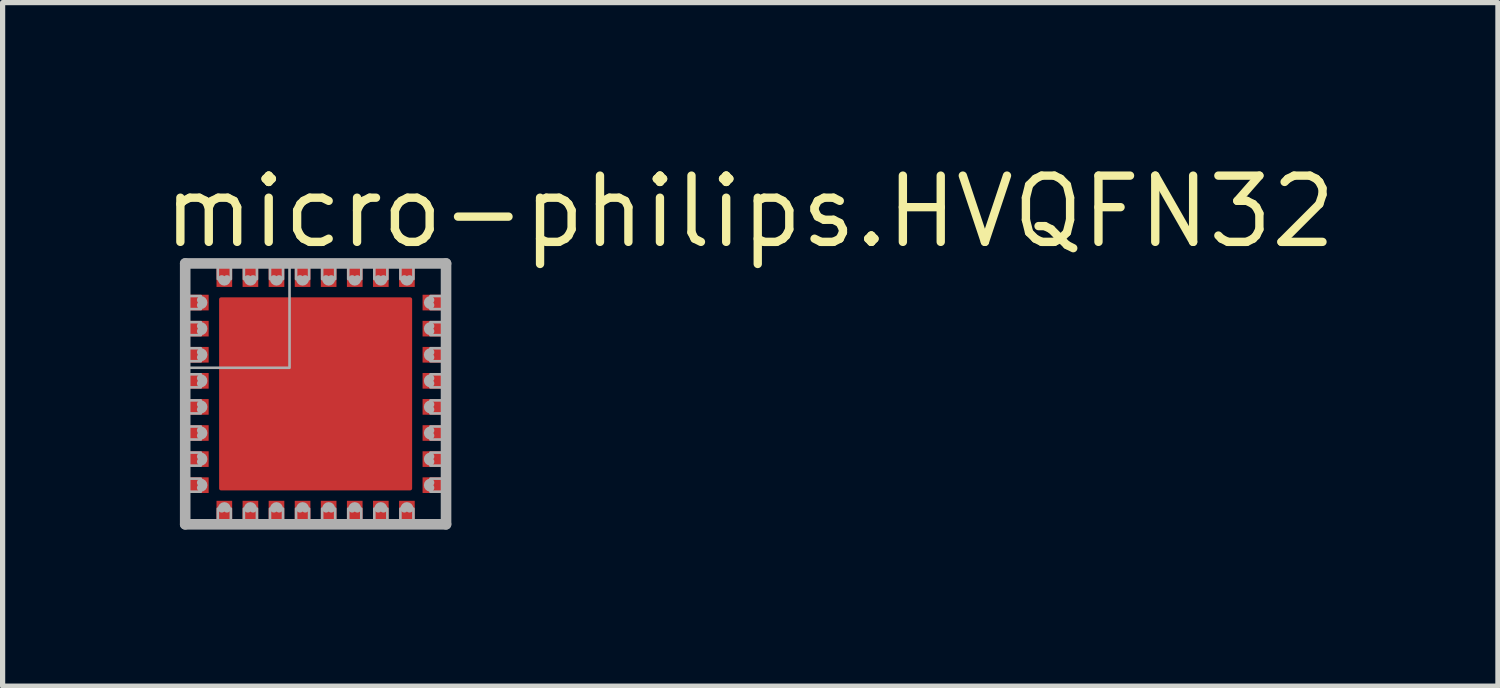
<source format=kicad_pcb>
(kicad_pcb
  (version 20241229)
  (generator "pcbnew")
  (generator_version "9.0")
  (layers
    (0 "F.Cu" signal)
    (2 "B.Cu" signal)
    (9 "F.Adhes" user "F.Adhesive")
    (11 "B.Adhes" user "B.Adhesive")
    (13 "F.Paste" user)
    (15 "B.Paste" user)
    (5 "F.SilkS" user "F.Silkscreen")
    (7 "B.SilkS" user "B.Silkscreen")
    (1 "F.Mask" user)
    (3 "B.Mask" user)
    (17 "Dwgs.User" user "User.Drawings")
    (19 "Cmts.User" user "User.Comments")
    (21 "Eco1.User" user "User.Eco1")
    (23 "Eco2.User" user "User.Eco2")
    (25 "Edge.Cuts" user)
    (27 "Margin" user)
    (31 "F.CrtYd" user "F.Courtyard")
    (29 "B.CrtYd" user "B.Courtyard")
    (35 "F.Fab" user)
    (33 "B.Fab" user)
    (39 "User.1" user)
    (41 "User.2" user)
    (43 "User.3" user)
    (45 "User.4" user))
  (footprint "micro-philips.HVQFN32"
    (layer "F.Cu")
    (at 3 4.5)
    (property "Reference" "micro-philips.HVQFN32" (at -3 -2.75 0) (layer "F.SilkS") (effects (font (size 1.27 1.27) (thickness 0.16)) (justify left bottom)))
    (attr smd)
    (fp_rect (start -2.575 -1.575) (end -2.025 -1.925) (stroke (width 0.05) (type default)) (fill yes) (layer "F.Mask"))
    (fp_rect (start -2.575 -1.075) (end -2.025 -1.425) (stroke (width 0.05) (type default)) (fill yes) (layer "F.Mask"))
    (fp_rect (start -2.575 -0.575) (end -2.025 -0.925) (stroke (width 0.05) (type default)) (fill yes) (layer "F.Mask"))
    (fp_rect (start -2.575 -0.075) (end -2.025 -0.425) (stroke (width 0.05) (type default)) (fill yes) (layer "F.Mask"))
    (fp_rect (start -2.575 0.425) (end -2.025 0.075) (stroke (width 0.05) (type default)) (fill yes) (layer "F.Mask"))
    (fp_rect (start -2.575 0.925) (end -2.025 0.575) (stroke (width 0.05) (type default)) (fill yes) (layer "F.Mask"))
    (fp_rect (start -2.575 1.425) (end -2.025 1.075) (stroke (width 0.05) (type default)) (fill yes) (layer "F.Mask"))
    (fp_rect (start -2.575 1.925) (end -2.025 1.575) (stroke (width 0.05) (type default)) (fill yes) (layer "F.Mask"))
    (fp_rect (start -1.925 -2.025) (end -1.575 -2.575) (stroke (width 0.05) (type default)) (fill yes) (layer "F.Mask"))
    (fp_rect (start -1.925 2.575) (end -1.575 2.025) (stroke (width 0.05) (type default)) (fill yes) (layer "F.Mask"))
    (fp_rect (start -1.875 1.875) (end 1.875 -1.875) (stroke (width 0.05) (type default)) (fill yes) (layer "F.Mask"))
    (fp_rect (start -1.425 -2.025) (end -1.075 -2.575) (stroke (width 0.05) (type default)) (fill yes) (layer "F.Mask"))
    (fp_rect (start -1.425 2.575) (end -1.075 2.025) (stroke (width 0.05) (type default)) (fill yes) (layer "F.Mask"))
    (fp_rect (start -0.925 -2.025) (end -0.575 -2.575) (stroke (width 0.05) (type default)) (fill yes) (layer "F.Mask"))
    (fp_rect (start -0.925 2.575) (end -0.575 2.025) (stroke (width 0.05) (type default)) (fill yes) (layer "F.Mask"))
    (fp_rect (start -0.425 -2.025) (end -0.075 -2.575) (stroke (width 0.05) (type default)) (fill yes) (layer "F.Mask"))
    (fp_rect (start -0.425 2.575) (end -0.075 2.025) (stroke (width 0.05) (type default)) (fill yes) (layer "F.Mask"))
    (fp_rect (start 0.075 -2.025) (end 0.425 -2.575) (stroke (width 0.05) (type default)) (fill yes) (layer "F.Mask"))
    (fp_rect (start 0.075 2.575) (end 0.425 2.025) (stroke (width 0.05) (type default)) (fill yes) (layer "F.Mask"))
    (fp_rect (start 0.575 -2.025) (end 0.925 -2.575) (stroke (width 0.05) (type default)) (fill yes) (layer "F.Mask"))
    (fp_rect (start 0.575 2.575) (end 0.925 2.025) (stroke (width 0.05) (type default)) (fill yes) (layer "F.Mask"))
    (fp_rect (start 1.075 -2.025) (end 1.425 -2.575) (stroke (width 0.05) (type default)) (fill yes) (layer "F.Mask"))
    (fp_rect (start 1.075 2.575) (end 1.425 2.025) (stroke (width 0.05) (type default)) (fill yes) (layer "F.Mask"))
    (fp_rect (start 1.575 -2.025) (end 1.925 -2.575) (stroke (width 0.05) (type default)) (fill yes) (layer "F.Mask"))
    (fp_rect (start 1.575 2.575) (end 1.925 2.025) (stroke (width 0.05) (type default)) (fill yes) (layer "F.Mask"))
    (fp_rect (start 2.025 -1.575) (end 2.575 -1.925) (stroke (width 0.05) (type default)) (fill yes) (layer "F.Mask"))
    (fp_rect (start 2.025 -1.075) (end 2.575 -1.425) (stroke (width 0.05) (type default)) (fill yes) (layer "F.Mask"))
    (fp_rect (start 2.025 -0.575) (end 2.575 -0.925) (stroke (width 0.05) (type default)) (fill yes) (layer "F.Mask"))
    (fp_rect (start 2.025 -0.075) (end 2.575 -0.425) (stroke (width 0.05) (type default)) (fill yes) (layer "F.Mask"))
    (fp_rect (start 2.025 0.425) (end 2.575 0.075) (stroke (width 0.05) (type default)) (fill yes) (layer "F.Mask"))
    (fp_rect (start 2.025 0.925) (end 2.575 0.575) (stroke (width 0.05) (type default)) (fill yes) (layer "F.Mask"))
    (fp_rect (start 2.025 1.425) (end 2.575 1.075) (stroke (width 0.05) (type default)) (fill yes) (layer "F.Mask"))
    (fp_rect (start 2.025 1.925) (end 2.575 1.575) (stroke (width 0.05) (type default)) (fill yes) (layer "F.Mask"))
    (fp_line (start -2.5 -2.5) (end 2.5 -2.5) (stroke (width 0.203) (type default)) (layer "F.Fab"))
    (fp_line (start -2.5 2.5) (end -2.5 -2.5) (stroke (width 0.203) (type default)) (layer "F.Fab"))
    (fp_line (start 2.5 -2.5) (end 2.5 2.5) (stroke (width 0.203) (type default)) (layer "F.Fab"))
    (fp_line (start 2.5 2.5) (end -2.5 2.5) (stroke (width 0.203) (type default)) (layer "F.Fab"))
    (fp_rect (start -2.55 -1.625) (end -2.2 -1.875) (stroke (width 0.05) (type default)) (fill no) (layer "F.Fab"))
    (fp_rect (start -2.55 -1.125) (end -2.2 -1.375) (stroke (width 0.05) (type default)) (fill no) (layer "F.Fab"))
    (fp_rect (start -2.55 -0.625) (end -2.2 -0.875) (stroke (width 0.05) (type default)) (fill no) (layer "F.Fab"))
    (fp_rect (start -2.55 -0.125) (end -2.2 -0.375) (stroke (width 0.05) (type default)) (fill no) (layer "F.Fab"))
    (fp_rect (start -2.55 0.375) (end -2.2 0.125) (stroke (width 0.05) (type default)) (fill no) (layer "F.Fab"))
    (fp_rect (start -2.55 0.875) (end -2.2 0.625) (stroke (width 0.05) (type default)) (fill no) (layer "F.Fab"))
    (fp_rect (start -2.55 1.375) (end -2.2 1.125) (stroke (width 0.05) (type default)) (fill no) (layer "F.Fab"))
    (fp_rect (start -2.55 1.875) (end -2.2 1.625) (stroke (width 0.05) (type default)) (fill no) (layer "F.Fab"))
    (fp_rect (start -2.5 -0.5) (end -0.5 -2.5) (stroke (width 0.05) (type default)) (fill no) (layer "F.Fab"))
    (fp_rect (start -1.875 -2.2) (end -1.625 -2.55) (stroke (width 0.05) (type default)) (fill no) (layer "F.Fab"))
    (fp_rect (start -1.875 2.55) (end -1.625 2.2) (stroke (width 0.05) (type default)) (fill no) (layer "F.Fab"))
    (fp_rect (start -1.375 -2.2) (end -1.125 -2.55) (stroke (width 0.05) (type default)) (fill no) (layer "F.Fab"))
    (fp_rect (start -1.375 2.55) (end -1.125 2.2) (stroke (width 0.05) (type default)) (fill no) (layer "F.Fab"))
    (fp_rect (start -0.875 -2.2) (end -0.625 -2.55) (stroke (width 0.05) (type default)) (fill no) (layer "F.Fab"))
    (fp_rect (start -0.875 2.55) (end -0.625 2.2) (stroke (width 0.05) (type default)) (fill no) (layer "F.Fab"))
    (fp_rect (start -0.375 -2.2) (end -0.125 -2.55) (stroke (width 0.05) (type default)) (fill no) (layer "F.Fab"))
    (fp_rect (start -0.375 2.55) (end -0.125 2.2) (stroke (width 0.05) (type default)) (fill no) (layer "F.Fab"))
    (fp_rect (start 0.125 -2.2) (end 0.375 -2.55) (stroke (width 0.05) (type default)) (fill no) (layer "F.Fab"))
    (fp_rect (start 0.125 2.55) (end 0.375 2.2) (stroke (width 0.05) (type default)) (fill no) (layer "F.Fab"))
    (fp_rect (start 0.625 -2.2) (end 0.875 -2.55) (stroke (width 0.05) (type default)) (fill no) (layer "F.Fab"))
    (fp_rect (start 0.625 2.55) (end 0.875 2.2) (stroke (width 0.05) (type default)) (fill no) (layer "F.Fab"))
    (fp_rect (start 1.125 -2.2) (end 1.375 -2.55) (stroke (width 0.05) (type default)) (fill no) (layer "F.Fab"))
    (fp_rect (start 1.125 2.55) (end 1.375 2.2) (stroke (width 0.05) (type default)) (fill no) (layer "F.Fab"))
    (fp_rect (start 1.625 -2.2) (end 1.875 -2.55) (stroke (width 0.05) (type default)) (fill no) (layer "F.Fab"))
    (fp_rect (start 1.625 2.55) (end 1.875 2.2) (stroke (width 0.05) (type default)) (fill no) (layer "F.Fab"))
    (fp_rect (start 2.2 -1.625) (end 2.55 -1.875) (stroke (width 0.05) (type default)) (fill no) (layer "F.Fab"))
    (fp_rect (start 2.2 -1.125) (end 2.55 -1.375) (stroke (width 0.05) (type default)) (fill no) (layer "F.Fab"))
    (fp_rect (start 2.2 -0.625) (end 2.55 -0.875) (stroke (width 0.05) (type default)) (fill no) (layer "F.Fab"))
    (fp_rect (start 2.2 -0.125) (end 2.55 -0.375) (stroke (width 0.05) (type default)) (fill no) (layer "F.Fab"))
    (fp_rect (start 2.2 0.375) (end 2.55 0.125) (stroke (width 0.05) (type default)) (fill no) (layer "F.Fab"))
    (fp_rect (start 2.2 0.875) (end 2.55 0.625) (stroke (width 0.05) (type default)) (fill no) (layer "F.Fab"))
    (fp_rect (start 2.2 1.375) (end 2.55 1.125) (stroke (width 0.05) (type default)) (fill no) (layer "F.Fab"))
    (fp_rect (start 2.2 1.875) (end 2.55 1.625) (stroke (width 0.05) (type default)) (fill no) (layer "F.Fab"))
    (fp_arc (start -2.2 -1.8) (mid -2.15 -1.75) (end -2.2 -1.7) (stroke (width 0.15) (type default)) (layer "F.Fab"))
    (fp_arc (start -2.2 -1.3) (mid -2.15 -1.25) (end -2.2 -1.2) (stroke (width 0.15) (type default)) (layer "F.Fab"))
    (fp_arc (start -2.2 -0.8) (mid -2.15 -0.75) (end -2.2 -0.7) (stroke (width 0.15) (type default)) (layer "F.Fab"))
    (fp_arc (start -2.2 -0.3) (mid -2.15 -0.25) (end -2.2 -0.2) (stroke (width 0.15) (type default)) (layer "F.Fab"))
    (fp_arc (start -2.2 0.2) (mid -2.15 0.25) (end -2.2 0.3) (stroke (width 0.15) (type default)) (layer "F.Fab"))
    (fp_arc (start -2.2 0.7) (mid -2.15 0.75) (end -2.2 0.8) (stroke (width 0.15) (type default)) (layer "F.Fab"))
    (fp_arc (start -2.2 1.2) (mid -2.15 1.25) (end -2.2 1.3) (stroke (width 0.15) (type default)) (layer "F.Fab"))
    (fp_arc (start -2.2 1.7) (mid -2.15 1.75) (end -2.2 1.8) (stroke (width 0.15) (type default)) (layer "F.Fab"))
    (fp_arc (start -1.8 2.2) (mid -1.75 2.15) (end -1.7 2.2) (stroke (width 0.15) (type default)) (layer "F.Fab"))
    (fp_arc (start -1.7 -2.2) (mid -1.75 -2.15) (end -1.8 -2.2) (stroke (width 0.15) (type default)) (layer "F.Fab"))
    (fp_arc (start -1.3 2.2) (mid -1.25 2.15) (end -1.2 2.2) (stroke (width 0.15) (type default)) (layer "F.Fab"))
    (fp_arc (start -1.2 -2.2) (mid -1.25 -2.15) (end -1.3 -2.2) (stroke (width 0.15) (type default)) (layer "F.Fab"))
    (fp_arc (start -0.8 2.2) (mid -0.75 2.15) (end -0.7 2.2) (stroke (width 0.15) (type default)) (layer "F.Fab"))
    (fp_arc (start -0.7 -2.2) (mid -0.75 -2.15) (end -0.8 -2.2) (stroke (width 0.15) (type default)) (layer "F.Fab"))
    (fp_arc (start -0.3 2.2) (mid -0.25 2.15) (end -0.2 2.2) (stroke (width 0.15) (type default)) (layer "F.Fab"))
    (fp_arc (start -0.2 -2.2) (mid -0.25 -2.15) (end -0.3 -2.2) (stroke (width 0.15) (type default)) (layer "F.Fab"))
    (fp_arc (start 0.2 2.2) (mid 0.25 2.15) (end 0.3 2.2) (stroke (width 0.15) (type default)) (layer "F.Fab"))
    (fp_arc (start 0.3 -2.2) (mid 0.25 -2.15) (end 0.2 -2.2) (stroke (width 0.15) (type default)) (layer "F.Fab"))
    (fp_arc (start 0.7 2.2) (mid 0.75 2.15) (end 0.8 2.2) (stroke (width 0.15) (type default)) (layer "F.Fab"))
    (fp_arc (start 0.8 -2.2) (mid 0.75 -2.15) (end 0.7 -2.2) (stroke (width 0.15) (type default)) (layer "F.Fab"))
    (fp_arc (start 1.2 2.2) (mid 1.25 2.15) (end 1.3 2.2) (stroke (width 0.15) (type default)) (layer "F.Fab"))
    (fp_arc (start 1.3 -2.2) (mid 1.25 -2.15) (end 1.2 -2.2) (stroke (width 0.15) (type default)) (layer "F.Fab"))
    (fp_arc (start 1.7 2.2) (mid 1.75 2.15) (end 1.8 2.2) (stroke (width 0.15) (type default)) (layer "F.Fab"))
    (fp_arc (start 1.8 -2.2) (mid 1.75 -2.15) (end 1.7 -2.2) (stroke (width 0.15) (type default)) (layer "F.Fab"))
    (fp_arc (start 2.2 -1.7) (mid 2.15 -1.75) (end 2.2 -1.8) (stroke (width 0.15) (type default)) (layer "F.Fab"))
    (fp_arc (start 2.2 -1.2) (mid 2.15 -1.25) (end 2.2 -1.3) (stroke (width 0.15) (type default)) (layer "F.Fab"))
    (fp_arc (start 2.2 -0.7) (mid 2.15 -0.75) (end 2.2 -0.8) (stroke (width 0.15) (type default)) (layer "F.Fab"))
    (fp_arc (start 2.2 -0.2) (mid 2.15 -0.25) (end 2.2 -0.3) (stroke (width 0.15) (type default)) (layer "F.Fab"))
    (fp_arc (start 2.2 0.3) (mid 2.15 0.25) (end 2.2 0.2) (stroke (width 0.15) (type default)) (layer "F.Fab"))
    (fp_arc (start 2.2 0.8) (mid 2.15 0.75) (end 2.2 0.7) (stroke (width 0.15) (type default)) (layer "F.Fab"))
    (fp_arc (start 2.2 1.3) (mid 2.15 1.25) (end 2.2 1.2) (stroke (width 0.15) (type default)) (layer "F.Fab"))
    (fp_arc (start 2.2 1.8) (mid 2.15 1.75) (end 2.2 1.7) (stroke (width 0.15) (type default)) (layer "F.Fab"))
    (pad "1" smd roundrect (at -2.3 -1.75 90) (size 0.3 0.5) (layers "F.Cu" "F.Mask" "F.Paste") (roundrect_rratio 0.01))
    (pad "2" smd roundrect (at -2.3 -1.25 90) (size 0.3 0.5) (layers "F.Cu" "F.Mask" "F.Paste") (roundrect_rratio 0.01))
    (pad "3" smd roundrect (at -2.3 -0.75 90) (size 0.3 0.5) (layers "F.Cu" "F.Mask" "F.Paste") (roundrect_rratio 0.01))
    (pad "4" smd roundrect (at -2.3 -0.25 90) (size 0.3 0.5) (layers "F.Cu" "F.Mask" "F.Paste") (roundrect_rratio 0.01))
    (pad "5" smd roundrect (at -2.3 0.25 90) (size 0.3 0.5) (layers "F.Cu" "F.Mask" "F.Paste") (roundrect_rratio 0.01))
    (pad "6" smd roundrect (at -2.3 0.75 90) (size 0.3 0.5) (layers "F.Cu" "F.Mask" "F.Paste") (roundrect_rratio 0.01))
    (pad "7" smd roundrect (at -2.3 1.25 90) (size 0.3 0.5) (layers "F.Cu" "F.Mask" "F.Paste") (roundrect_rratio 0.01))
    (pad "8" smd roundrect (at -2.3 1.75 90) (size 0.3 0.5) (layers "F.Cu" "F.Mask" "F.Paste") (roundrect_rratio 0.01))
    (pad "9" smd roundrect (at -1.75 2.3 180) (size 0.3 0.5) (layers "F.Cu" "F.Mask" "F.Paste") (roundrect_rratio 0.01))
    (pad "10" smd roundrect (at -1.25 2.3 180) (size 0.3 0.5) (layers "F.Cu" "F.Mask" "F.Paste") (roundrect_rratio 0.01))
    (pad "11" smd roundrect (at -0.75 2.3 180) (size 0.3 0.5) (layers "F.Cu" "F.Mask" "F.Paste") (roundrect_rratio 0.01))
    (pad "12" smd roundrect (at -0.25 2.3 180) (size 0.3 0.5) (layers "F.Cu" "F.Mask" "F.Paste") (roundrect_rratio 0.01))
    (pad "13" smd roundrect (at 0.25 2.3 180) (size 0.3 0.5) (layers "F.Cu" "F.Mask" "F.Paste") (roundrect_rratio 0.01))
    (pad "14" smd roundrect (at 0.75 2.3 180) (size 0.3 0.5) (layers "F.Cu" "F.Mask" "F.Paste") (roundrect_rratio 0.01))
    (pad "15" smd roundrect (at 1.25 2.3 180) (size 0.3 0.5) (layers "F.Cu" "F.Mask" "F.Paste") (roundrect_rratio 0.01))
    (pad "16" smd roundrect (at 1.75 2.3 180) (size 0.3 0.5) (layers "F.Cu" "F.Mask" "F.Paste") (roundrect_rratio 0.01))
    (pad "17" smd roundrect (at 2.3 1.75 270) (size 0.3 0.5) (layers "F.Cu" "F.Mask" "F.Paste") (roundrect_rratio 0.01))
    (pad "18" smd roundrect (at 2.3 1.25 270) (size 0.3 0.5) (layers "F.Cu" "F.Mask" "F.Paste") (roundrect_rratio 0.01))
    (pad "19" smd roundrect (at 2.3 0.75 270) (size 0.3 0.5) (layers "F.Cu" "F.Mask" "F.Paste") (roundrect_rratio 0.01))
    (pad "20" smd roundrect (at 2.3 0.25 270) (size 0.3 0.5) (layers "F.Cu" "F.Mask" "F.Paste") (roundrect_rratio 0.01))
    (pad "21" smd roundrect (at 2.3 -0.25 270) (size 0.3 0.5) (layers "F.Cu" "F.Mask" "F.Paste") (roundrect_rratio 0.01))
    (pad "22" smd roundrect (at 2.3 -0.75 270) (size 0.3 0.5) (layers "F.Cu" "F.Mask" "F.Paste") (roundrect_rratio 0.01))
    (pad "23" smd roundrect (at 2.3 -1.25 270) (size 0.3 0.5) (layers "F.Cu" "F.Mask" "F.Paste") (roundrect_rratio 0.01))
    (pad "24" smd roundrect (at 2.3 -1.75 270) (size 0.3 0.5) (layers "F.Cu" "F.Mask" "F.Paste") (roundrect_rratio 0.01))
    (pad "25" smd roundrect (at 1.75 -2.3) (size 0.3 0.5) (layers "F.Cu" "F.Mask" "F.Paste") (roundrect_rratio 0.01))
    (pad "26" smd roundrect (at 1.25 -2.3) (size 0.3 0.5) (layers "F.Cu" "F.Mask" "F.Paste") (roundrect_rratio 0.01))
    (pad "27" smd roundrect (at 0.75 -2.3) (size 0.3 0.5) (layers "F.Cu" "F.Mask" "F.Paste") (roundrect_rratio 0.01))
    (pad "28" smd roundrect (at 0.25 -2.3) (size 0.3 0.5) (layers "F.Cu" "F.Mask" "F.Paste") (roundrect_rratio 0.01))
    (pad "29" smd roundrect (at -0.25 -2.3) (size 0.3 0.5) (layers "F.Cu" "F.Mask" "F.Paste") (roundrect_rratio 0.01))
    (pad "30" smd roundrect (at -0.75 -2.3) (size 0.3 0.5) (layers "F.Cu" "F.Mask" "F.Paste") (roundrect_rratio 0.01))
    (pad "31" smd roundrect (at -1.25 -2.3) (size 0.3 0.5) (layers "F.Cu" "F.Mask" "F.Paste") (roundrect_rratio 0.01))
    (pad "32" smd roundrect (at -1.75 -2.3) (size 0.3 0.5) (layers "F.Cu" "F.Mask" "F.Paste") (roundrect_rratio 0.01))
    (pad "TH" smd roundrect (at 0 0) (size 3.7 3.7) (layers "F.Cu" "F.Mask" "F.Paste") (roundrect_rratio 0.01)))
  (gr_rect
    (start -3 -3)
    (end 25.663 10.102)
    (stroke (width 0.1) (type default))
    (fill no)
    (layer "Edge.Cuts")))
</source>
